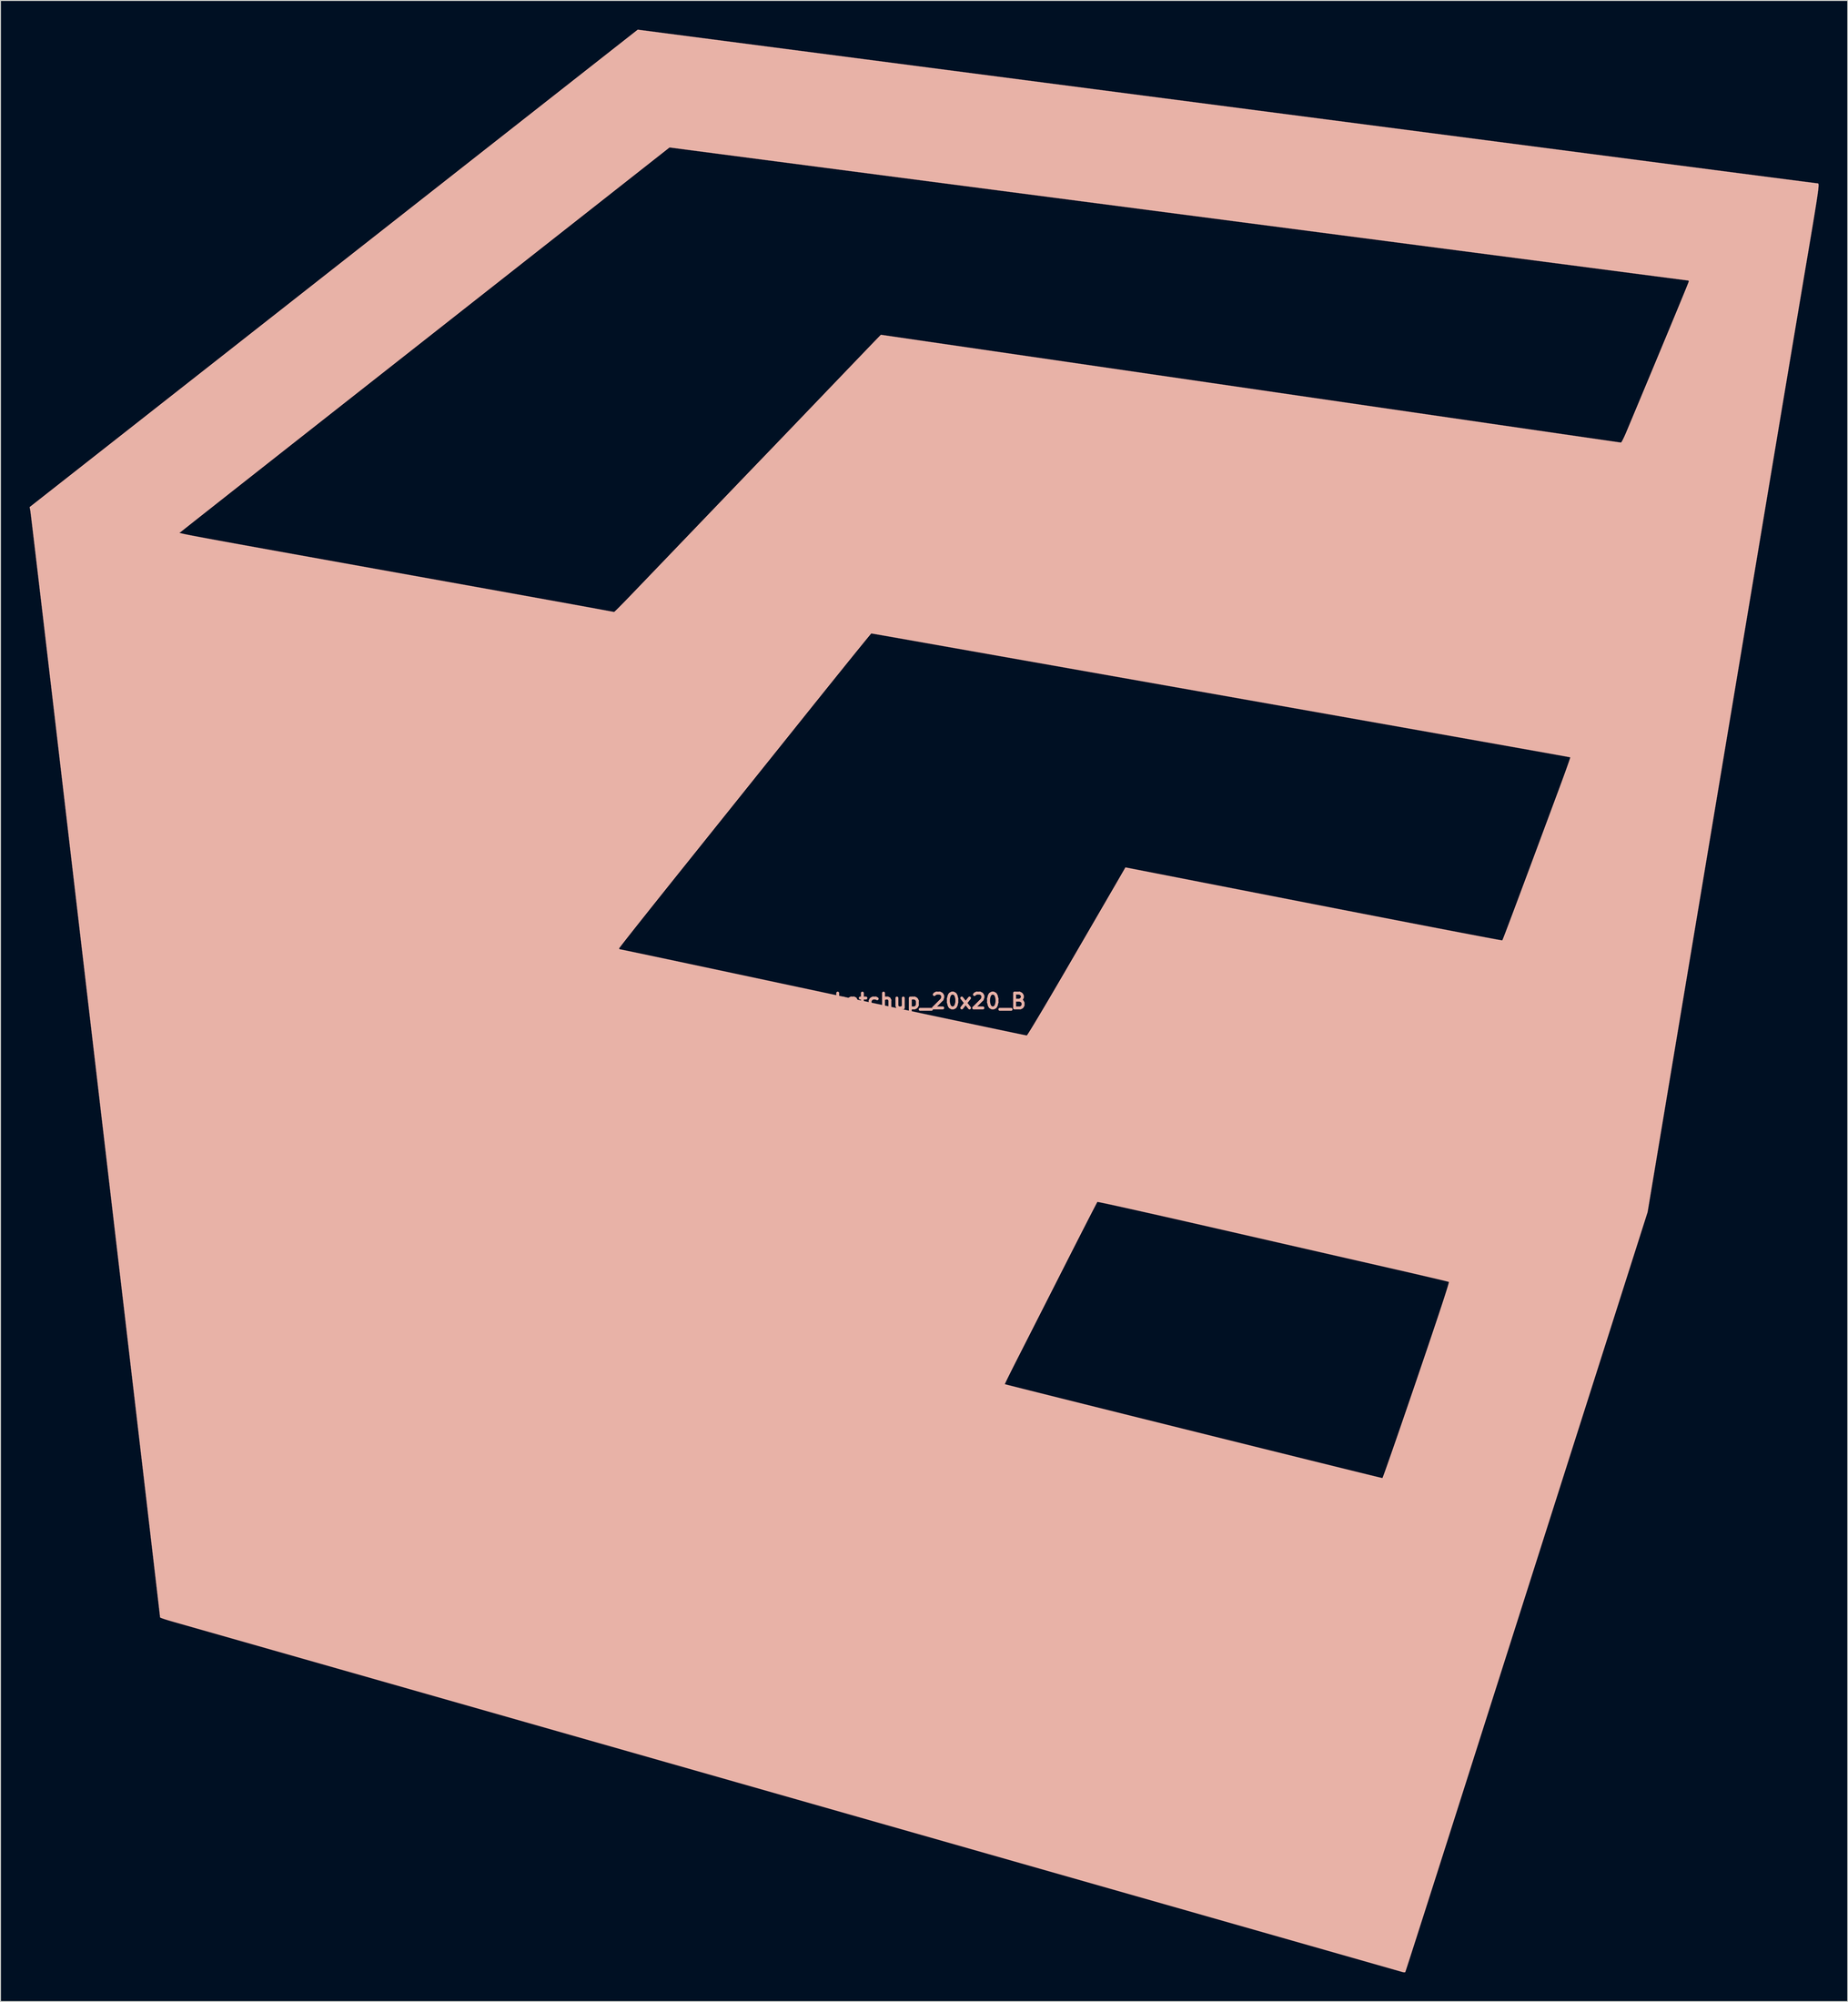
<source format=kicad_pcb>
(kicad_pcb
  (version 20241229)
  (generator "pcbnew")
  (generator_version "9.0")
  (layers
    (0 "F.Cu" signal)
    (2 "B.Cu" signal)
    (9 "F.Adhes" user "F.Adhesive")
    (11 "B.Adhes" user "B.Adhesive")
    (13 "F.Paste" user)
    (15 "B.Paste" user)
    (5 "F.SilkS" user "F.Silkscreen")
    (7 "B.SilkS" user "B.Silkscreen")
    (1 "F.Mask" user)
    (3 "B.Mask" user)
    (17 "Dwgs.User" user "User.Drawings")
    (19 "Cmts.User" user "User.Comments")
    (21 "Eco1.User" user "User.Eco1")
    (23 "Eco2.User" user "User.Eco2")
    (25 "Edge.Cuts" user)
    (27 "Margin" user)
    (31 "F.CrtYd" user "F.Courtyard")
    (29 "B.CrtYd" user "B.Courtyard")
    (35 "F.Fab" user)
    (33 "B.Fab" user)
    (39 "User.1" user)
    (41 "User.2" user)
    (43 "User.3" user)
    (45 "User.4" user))
  (footprint "sketchup_20x20_B"
    (layer "F.Cu")
    (at 92.091 99.983)
    (property "Reference" "sketchup_20x20_B" (at 0 0 0) (layer "B.SilkS") (effects (font (size 1.524 1.524) (thickness 0.3))))
    (attr through_hole)
    (fp_poly (pts (xy -26.91 -99.644) (xy -26.613 -99.605) (xy -26.156 -99.546) (xy -25.546 -99.466) (xy -24.79 -99.368) (xy -23.896 -99.251) (xy -22.872 -99.118) (xy -21.724 -98.968) (xy -20.46 -98.803) (xy -19.088 -98.625) (xy -17.615 -98.433) (xy -16.049 -98.229) (xy -14.396 -98.013) (xy -12.665 -97.788) (xy -10.862 -97.553) (xy -8.996 -97.31) (xy -7.074 -97.059) (xy -5.102 -96.802) (xy -3.09 -96.54) (xy -1.043 -96.273) (xy 0.635 -96.054) (xy 2.893 -95.76) (xy 5.219 -95.457) (xy 7.599 -95.147) (xy 10.02 -94.832) (xy 12.468 -94.512) (xy 14.931 -94.192) (xy 17.394 -93.871) (xy 19.845 -93.551) (xy 22.27 -93.235) (xy 24.654 -92.925) (xy 26.986 -92.621) (xy 29.252 -92.326) (xy 31.438 -92.041) (xy 33.53 -91.768) (xy 35.516 -91.509) (xy 37.382 -91.266) (xy 39.115 -91.041) (xy 40.7 -90.834) (xy 41.529 -90.726) (xy 43.379 -90.485) (xy 45.375 -90.225) (xy 47.496 -89.949) (xy 49.722 -89.659) (xy 52.03 -89.358) (xy 54.4 -89.049) (xy 56.81 -88.735) (xy 59.239 -88.419) (xy 61.666 -88.102) (xy 64.069 -87.789) (xy 66.427 -87.482) (xy 68.719 -87.183) (xy 70.923 -86.896) (xy 73.018 -86.623) (xy 74.689 -86.405) (xy 76.379 -86.185) (xy 78.025 -85.971) (xy 79.619 -85.764) (xy 81.152 -85.564) (xy 82.618 -85.374) (xy 84.008 -85.193) (xy 85.314 -85.024) (xy 86.528 -84.866) (xy 87.642 -84.722) (xy 88.65 -84.592) (xy 89.541 -84.477) (xy 90.309 -84.377) (xy 90.947 -84.296) (xy 91.445 -84.232) (xy 91.795 -84.187) (xy 91.991 -84.163) (xy 92.032 -84.159) (xy 92.063 -84.147) (xy 92.085 -84.105) (xy 92.097 -84.022) (xy 92.096 -83.89) (xy 92.083 -83.699) (xy 92.055 -83.438) (xy 92.01 -83.098) (xy 91.948 -82.669) (xy 91.868 -82.142) (xy 91.766 -81.506) (xy 91.644 -80.752) (xy 91.498 -79.87) (xy 91.327 -78.851) (xy 91.131 -77.684) (xy 90.908 -76.369) (xy 90.76 -75.496) (xy 90.587 -74.471) (xy 90.392 -73.309) (xy 90.176 -72.026) (xy 89.942 -70.637) (xy 89.693 -69.158) (xy 89.432 -67.603) (xy 89.161 -65.988) (xy 88.883 -64.328) (xy 88.6 -62.639) (xy 88.314 -60.936) (xy 88.029 -59.233) (xy 87.747 -57.547) (xy 87.47 -55.893) (xy 87.418 -55.584) (xy 86.808 -51.933) (xy 86.225 -48.444) (xy 85.668 -45.113) (xy 85.136 -41.933) (xy 84.629 -38.9) (xy 84.146 -36.009) (xy 83.685 -33.255) (xy 83.247 -30.632) (xy 82.829 -28.136) (xy 82.432 -25.762) (xy 82.055 -23.504) (xy 81.696 -21.358) (xy 81.354 -19.319) (xy 81.03 -17.38) (xy 80.722 -15.539) (xy 80.429 -13.789) (xy 80.151 -12.125) (xy 79.886 -10.542) (xy 79.634 -9.036) (xy 79.394 -7.601) (xy 79.206 -6.477) (xy 78.957 -4.99) (xy 78.685 -3.366) (xy 78.396 -1.636) (xy 78.094 0.17) (xy 77.784 2.022) (xy 77.472 3.89) (xy 77.162 5.742) (xy 76.86 7.549) (xy 76.57 9.281) (xy 76.299 10.907) (xy 76.071 12.268) (xy 74.495 21.7) (xy 68.232 41.351) (xy 67.563 43.451) (xy 66.849 45.69) (xy 66.098 48.047) (xy 65.316 50.503) (xy 64.508 53.037) (xy 63.682 55.63) (xy 62.843 58.262) (xy 61.999 60.912) (xy 61.155 63.562) (xy 60.318 66.19) (xy 59.494 68.777) (xy 58.689 71.303) (xy 57.91 73.747) (xy 57.164 76.091) (xy 56.456 78.314) (xy 55.793 80.395) (xy 55.781 80.433) (xy 55.22 82.193) (xy 54.673 83.91) (xy 54.141 85.578) (xy 53.627 87.19) (xy 53.133 88.738) (xy 52.661 90.216) (xy 52.213 91.616) (xy 51.792 92.932) (xy 51.4 94.157) (xy 51.039 95.283) (xy 50.712 96.304) (xy 50.42 97.213) (xy 50.166 98.003) (xy 49.952 98.666) (xy 49.78 99.196) (xy 49.653 99.585) (xy 49.572 99.828) (xy 49.541 99.916) (xy 49.541 99.917) (xy 49.429 99.934) (xy 49.276 99.906) (xy 49.18 99.879) (xy 48.923 99.805) (xy 48.507 99.687) (xy 47.935 99.524) (xy 47.208 99.316) (xy 46.328 99.066) (xy 45.297 98.772) (xy 44.117 98.436) (xy 42.791 98.058) (xy 41.32 97.639) (xy 39.706 97.179) (xy 37.952 96.68) (xy 36.059 96.14) (xy 34.029 95.562) (xy 31.865 94.946) (xy 29.568 94.292) (xy 27.141 93.6) (xy 24.585 92.872) (xy 21.902 92.108) (xy 19.095 91.309) (xy 16.166 90.474) (xy 13.116 89.606) (xy 9.947 88.703) (xy 6.662 87.768) (xy 3.262 86.799) (xy -0.25 85.799) (xy -3.872 84.768) (xy -7.603 83.705) (xy -11.44 82.612) (xy -15.381 81.49) (xy -19.425 80.338) (xy -23.569 79.158) (xy -27.812 77.95) (xy -32.151 76.714) (xy -36.584 75.452) (xy -41.109 74.163) (xy -45.725 72.848) (xy -50.429 71.509) (xy -52.874 70.812) (xy -54.817 70.259) (xy -56.727 69.715) (xy -58.595 69.183) (xy -60.416 68.665) (xy -62.182 68.162) (xy -63.886 67.677) (xy -65.521 67.212) (xy -67.08 66.768) (xy -68.556 66.348) (xy -69.942 65.953) (xy -71.232 65.586) (xy -72.417 65.249) (xy -73.492 64.943) (xy -74.449 64.671) (xy -75.281 64.434) (xy -75.98 64.235) (xy -76.541 64.076) (xy -76.956 63.958) (xy -77.218 63.884) (xy -77.279 63.866) (xy -77.733 63.735) (xy -78.124 63.614) (xy -78.425 63.512) (xy -78.609 63.439) (xy -78.655 63.408) (xy -78.665 63.319) (xy -78.694 63.069) (xy -78.741 62.663) (xy -78.805 62.107) (xy -78.887 61.408) (xy -78.984 60.571) (xy -79.097 59.604) (xy -79.225 58.512) (xy -79.366 57.301) (xy -79.521 55.979) (xy -79.688 54.55) (xy -79.867 53.021) (xy -80.056 51.398) (xy -80.257 49.688) (xy -80.466 47.897) (xy -80.685 46.031) (xy -80.911 44.096) (xy -81.145 42.098) (xy -81.386 40.044) (xy -81.461 39.409) (xy 8.312 39.409) (xy 8.398 39.433) (xy 8.639 39.496) (xy 9.027 39.595) (xy 9.554 39.728) (xy 10.209 39.893) (xy 10.985 40.088) (xy 11.873 40.311) (xy 12.865 40.559) (xy 13.95 40.831) (xy 15.121 41.123) (xy 16.37 41.435) (xy 17.686 41.763) (xy 19.062 42.106) (xy 20.488 42.462) (xy 21.956 42.828) (xy 23.458 43.201) (xy 24.983 43.581) (xy 26.525 43.964) (xy 28.073 44.349) (xy 29.62 44.734) (xy 31.156 45.115) (xy 32.673 45.492) (xy 34.162 45.862) (xy 35.614 46.222) (xy 37.021 46.57) (xy 38.373 46.906) (xy 39.662 47.225) (xy 40.879 47.526) (xy 42.016 47.807) (xy 43.064 48.066) (xy 44.014 48.3) (xy 44.857 48.508) (xy 45.584 48.686) (xy 46.188 48.834) (xy 46.658 48.949) (xy 46.987 49.028) (xy 47.165 49.069) (xy 47.196 49.075) (xy 47.232 48.994) (xy 47.32 48.762) (xy 47.456 48.389) (xy 47.636 47.884) (xy 47.856 47.258) (xy 48.115 46.519) (xy 48.408 45.677) (xy 48.732 44.743) (xy 49.084 43.725) (xy 49.459 42.633) (xy 49.856 41.477) (xy 50.271 40.266) (xy 50.7 39.01) (xy 50.704 38.998) (xy 51.282 37.3) (xy 51.805 35.76) (xy 52.272 34.378) (xy 52.683 33.153) (xy 53.04 32.085) (xy 53.342 31.172) (xy 53.589 30.413) (xy 53.782 29.807) (xy 53.922 29.354) (xy 54.008 29.053) (xy 54.041 28.903) (xy 54.038 28.884) (xy 53.942 28.856) (xy 53.694 28.794) (xy 53.307 28.7) (xy 52.795 28.579) (xy 52.17 28.432) (xy 51.445 28.263) (xy 50.635 28.074) (xy 49.751 27.87) (xy 48.807 27.654) (xy 47.863 27.438) (xy 47.021 27.245) (xy 46.031 27.019) (xy 44.908 26.763) (xy 43.67 26.48) (xy 42.334 26.175) (xy 40.915 25.851) (xy 39.432 25.512) (xy 37.899 25.161) (xy 36.334 24.804) (xy 34.753 24.442) (xy 33.174 24.081) (xy 31.612 23.724) (xy 30.084 23.375) (xy 29.845 23.32) (xy 28.454 23.003) (xy 27.109 22.697) (xy 25.817 22.404) (xy 24.589 22.126) (xy 23.435 21.866) (xy 22.362 21.626) (xy 21.38 21.407) (xy 20.499 21.211) (xy 19.728 21.041) (xy 19.077 20.899) (xy 18.553 20.787) (xy 18.167 20.706) (xy 17.928 20.66) (xy 17.845 20.649) (xy 17.798 20.732) (xy 17.68 20.954) (xy 17.497 21.306) (xy 17.255 21.775) (xy 16.958 22.351) (xy 16.614 23.022) (xy 16.227 23.778) (xy 15.804 24.607) (xy 15.349 25.499) (xy 14.869 26.442) (xy 14.515 27.139) (xy 13.977 28.198) (xy 13.428 29.278) (xy 12.879 30.358) (xy 12.338 31.422) (xy 11.816 32.449) (xy 11.321 33.422) (xy 10.864 34.322) (xy 10.453 35.129) (xy 10.098 35.827) (xy 9.809 36.395) (xy 9.766 36.478) (xy 9.438 37.124) (xy 9.136 37.722) (xy 8.869 38.255) (xy 8.645 38.705) (xy 8.473 39.058) (xy 8.359 39.297) (xy 8.313 39.404) (xy 8.312 39.409) (xy -81.461 39.409) (xy -81.633 37.94) (xy -81.885 35.791) (xy -81.919 35.5) (xy -82.21 33.012) (xy -82.52 30.373) (xy -82.845 27.599) (xy -83.184 24.71) (xy -83.534 21.72) (xy -83.894 18.648) (xy -84.261 15.511) (xy -84.635 12.325) (xy -85.012 9.108) (xy -85.39 5.878) (xy -85.768 2.65) (xy -86.144 -0.557) (xy -86.515 -3.727) (xy -86.714 -5.423) (xy -31.411 -5.423) (xy -31.341 -5.346) (xy -31.263 -5.331) (xy -31.168 -5.314) (xy -30.915 -5.262) (xy -30.51 -5.178) (xy -29.961 -5.063) (xy -29.274 -4.919) (xy -28.457 -4.747) (xy -27.517 -4.548) (xy -26.461 -4.325) (xy -25.295 -4.078) (xy -24.028 -3.809) (xy -22.665 -3.52) (xy -21.215 -3.212) (xy -19.684 -2.886) (xy -18.079 -2.545) (xy -16.407 -2.189) (xy -14.676 -1.82) (xy -12.892 -1.44) (xy -11.063 -1.05) (xy -10.329 -0.893) (xy -8.484 -0.499) (xy -6.682 -0.115) (xy -4.93 0.258) (xy -3.235 0.619) (xy -1.604 0.965) (xy -0.044 1.297) (xy 1.438 1.611) (xy 2.835 1.907) (xy 4.139 2.183) (xy 5.344 2.438) (xy 6.442 2.669) (xy 7.427 2.877) (xy 8.292 3.058) (xy 9.029 3.213) (xy 9.632 3.338) (xy 10.093 3.433) (xy 10.405 3.496) (xy 10.561 3.526) (xy 10.579 3.528) (xy 10.638 3.454) (xy 10.775 3.244) (xy 10.986 2.907) (xy 11.263 2.453) (xy 11.601 1.893) (xy 11.994 1.235) (xy 12.436 0.492) (xy 12.921 -0.329) (xy 13.442 -1.216) (xy 13.995 -2.16) (xy 14.573 -3.15) (xy 14.834 -3.599) (xy 15.442 -4.646) (xy 16.042 -5.679) (xy 16.627 -6.685) (xy 17.188 -7.651) (xy 17.718 -8.564) (xy 18.21 -9.411) (xy 18.655 -10.178) (xy 19.047 -10.854) (xy 19.378 -11.424) (xy 19.641 -11.876) (xy 19.827 -12.198) (xy 19.851 -12.239) (xy 20.736 -13.769) (xy 40.107 -9.988) (xy 41.89 -9.641) (xy 43.629 -9.302) (xy 45.317 -8.974) (xy 46.947 -8.658) (xy 48.51 -8.355) (xy 50.001 -8.066) (xy 51.412 -7.794) (xy 52.735 -7.539) (xy 53.962 -7.303) (xy 55.088 -7.088) (xy 56.104 -6.894) (xy 57.003 -6.723) (xy 57.778 -6.576) (xy 58.421 -6.456) (xy 58.926 -6.362) (xy 59.284 -6.298) (xy 59.489 -6.263) (xy 59.537 -6.258) (xy 59.563 -6.312) (xy 59.624 -6.46) (xy 59.721 -6.706) (xy 59.856 -7.055) (xy 60.029 -7.511) (xy 60.244 -8.078) (xy 60.501 -8.759) (xy 60.802 -9.56) (xy 61.148 -10.485) (xy 61.541 -11.537) (xy 61.983 -12.721) (xy 62.476 -14.041) (xy 63.02 -15.501) (xy 63.617 -17.105) (xy 64.269 -18.858) (xy 64.977 -20.763) (xy 65.34 -21.739) (xy 65.603 -22.449) (xy 65.845 -23.109) (xy 66.06 -23.702) (xy 66.242 -24.212) (xy 66.386 -24.622) (xy 66.485 -24.915) (xy 66.534 -25.075) (xy 66.538 -25.1) (xy 66.452 -25.117) (xy 66.206 -25.163) (xy 65.804 -25.236) (xy 65.252 -25.336) (xy 64.556 -25.461) (xy 63.721 -25.611) (xy 62.752 -25.784) (xy 61.656 -25.979) (xy 60.437 -26.196) (xy 59.102 -26.434) (xy 57.656 -26.691) (xy 56.105 -26.967) (xy 54.453 -27.26) (xy 52.708 -27.57) (xy 50.873 -27.896) (xy 48.956 -28.236) (xy 46.961 -28.589) (xy 44.894 -28.956) (xy 42.761 -29.333) (xy 40.567 -29.722) (xy 38.317 -30.12) (xy 36.018 -30.527) (xy 33.675 -30.941) (xy 32.975 -31.065) (xy 30.595 -31.486) (xy 28.247 -31.901) (xy 25.937 -32.309) (xy 23.67 -32.71) (xy 21.453 -33.102) (xy 19.293 -33.484) (xy 17.194 -33.855) (xy 15.164 -34.214) (xy 13.208 -34.56) (xy 11.333 -34.891) (xy 9.544 -35.207) (xy 7.848 -35.507) (xy 6.251 -35.79) (xy 4.759 -36.054) (xy 3.378 -36.298) (xy 2.114 -36.521) (xy 0.973 -36.723) (xy -0.038 -36.902) (xy -0.914 -37.057) (xy -1.649 -37.187) (xy -2.235 -37.291) (xy -2.668 -37.367) (xy -2.941 -37.415) (xy -2.961 -37.419) (xy -3.579 -37.528) (xy -4.143 -37.627) (xy -4.631 -37.712) (xy -5.022 -37.779) (xy -5.294 -37.825) (xy -5.425 -37.845) (xy -5.433 -37.846) (xy -5.493 -37.781) (xy -5.652 -37.592) (xy -5.904 -37.286) (xy -6.243 -36.871) (xy -6.663 -36.355) (xy -7.157 -35.746) (xy -7.719 -35.052) (xy -8.342 -34.279) (xy -9.021 -33.437) (xy -9.749 -32.533) (xy -10.519 -31.575) (xy -11.327 -30.57) (xy -12.164 -29.526) (xy -12.332 -29.316) (xy -13.328 -28.073) (xy -14.397 -26.739) (xy -15.522 -25.335) (xy -16.687 -23.883) (xy -17.874 -22.401) (xy -19.068 -20.911) (xy -20.252 -19.434) (xy -21.41 -17.99) (xy -22.524 -16.599) (xy -23.579 -15.283) (xy -24.558 -14.061) (xy -25.29 -13.149) (xy -26.086 -12.154) (xy -26.852 -11.196) (xy -27.582 -10.283) (xy -28.268 -9.422) (xy -28.903 -8.623) (xy -29.483 -7.894) (xy -29.999 -7.242) (xy -30.445 -6.676) (xy -30.815 -6.205) (xy -31.101 -5.837) (xy -31.298 -5.581) (xy -31.399 -5.444) (xy -31.411 -5.423) (xy -86.714 -5.423) (xy -86.88 -6.842) (xy -87.237 -9.886) (xy -87.583 -12.84) (xy -87.916 -15.689) (xy -88.235 -18.415) (xy -88.538 -21) (xy -88.563 -21.209) (xy -88.82 -23.406) (xy -89.073 -25.562) (xy -89.32 -27.671) (xy -89.561 -29.725) (xy -89.795 -31.72) (xy -90.022 -33.648) (xy -90.24 -35.504) (xy -90.449 -37.282) (xy -90.648 -38.975) (xy -90.837 -40.577) (xy -91.015 -42.082) (xy -91.18 -43.483) (xy -91.333 -44.775) (xy -91.472 -45.952) (xy -91.597 -47.006) (xy -91.708 -47.933) (xy -91.741 -48.215) (xy -76.674 -48.215) (xy -76.659 -48.203) (xy -76.621 -48.187) (xy -76.556 -48.166) (xy -76.457 -48.141) (xy -76.32 -48.109) (xy -76.141 -48.07) (xy -75.914 -48.023) (xy -75.634 -47.968) (xy -75.296 -47.902) (xy -74.896 -47.826) (xy -74.428 -47.738) (xy -73.887 -47.637) (xy -73.269 -47.523) (xy -72.568 -47.394) (xy -71.78 -47.25) (xy -70.899 -47.09) (xy -69.921 -46.913) (xy -68.84 -46.717) (xy -67.652 -46.503) (xy -66.352 -46.268) (xy -64.934 -46.013) (xy -63.394 -45.736) (xy -61.726 -45.436) (xy -59.927 -45.112) (xy -57.99 -44.764) (xy -55.911 -44.39) (xy -53.685 -43.99) (xy -51.307 -43.563) (xy -48.772 -43.107) (xy -46.27 -42.658) (xy -44.974 -42.425) (xy -43.686 -42.193) (xy -42.42 -41.965) (xy -41.19 -41.743) (xy -40.011 -41.53) (xy -38.898 -41.329) (xy -37.865 -41.142) (xy -36.927 -40.973) (xy -36.098 -40.822) (xy -35.392 -40.694) (xy -34.824 -40.59) (xy -34.417 -40.516) (xy -33.794 -40.401) (xy -33.225 -40.296) (xy -32.733 -40.205) (xy -32.337 -40.133) (xy -32.059 -40.082) (xy -31.921 -40.057) (xy -31.91 -40.055) (xy -31.84 -40.112) (xy -31.669 -40.276) (xy -31.41 -40.532) (xy -31.08 -40.866) (xy -30.692 -41.263) (xy -30.262 -41.706) (xy -30.127 -41.846) (xy -29.803 -42.184) (xy -29.374 -42.631) (xy -28.851 -43.174) (xy -28.249 -43.802) (xy -27.577 -44.501) (xy -26.85 -45.258) (xy -26.079 -46.061) (xy -25.276 -46.898) (xy -24.453 -47.755) (xy -23.623 -48.619) (xy -23.074 -49.191) (xy -22.267 -50.032) (xy -21.474 -50.858) (xy -20.705 -51.658) (xy -19.972 -52.422) (xy -19.284 -53.138) (xy -18.653 -53.795) (xy -18.088 -54.382) (xy -17.6 -54.89) (xy -17.199 -55.306) (xy -16.897 -55.62) (xy -16.727 -55.795) (xy -16.51 -56.021) (xy -16.186 -56.357) (xy -15.767 -56.792) (xy -15.264 -57.316) (xy -14.687 -57.916) (xy -14.047 -58.582) (xy -13.356 -59.302) (xy -12.624 -60.065) (xy -11.862 -60.859) (xy -11.082 -61.673) (xy -10.669 -62.103) (xy -9.895 -62.91) (xy -9.144 -63.693) (xy -8.425 -64.443) (xy -7.748 -65.148) (xy -7.123 -65.799) (xy -6.56 -66.386) (xy -6.068 -66.898) (xy -5.658 -67.325) (xy -5.339 -67.657) (xy -5.121 -67.883) (xy -5.04 -67.966) (xy -4.445 -68.58) (xy 33.608 -63.035) (xy 36.125 -62.668) (xy 38.6 -62.307) (xy 41.028 -61.953) (xy 43.403 -61.608) (xy 45.72 -61.27) (xy 47.973 -60.942) (xy 50.158 -60.624) (xy 52.27 -60.317) (xy 54.302 -60.021) (xy 56.25 -59.738) (xy 58.108 -59.467) (xy 59.872 -59.211) (xy 61.535 -58.969) (xy 63.092 -58.743) (xy 64.539 -58.533) (xy 65.87 -58.339) (xy 67.08 -58.164) (xy 68.163 -58.007) (xy 69.114 -57.869) (xy 69.928 -57.751) (xy 70.599 -57.654) (xy 71.123 -57.579) (xy 71.493 -57.526) (xy 71.706 -57.496) (xy 71.758 -57.489) (xy 71.824 -57.563) (xy 71.938 -57.766) (xy 72.086 -58.071) (xy 72.256 -58.449) (xy 72.324 -58.611) (xy 73.064 -60.38) (xy 73.769 -62.065) (xy 74.436 -63.662) (xy 75.063 -65.165) (xy 75.648 -66.57) (xy 76.189 -67.87) (xy 76.685 -69.062) (xy 77.132 -70.139) (xy 77.529 -71.097) (xy 77.873 -71.931) (xy 78.164 -72.636) (xy 78.397 -73.206) (xy 78.572 -73.637) (xy 78.686 -73.924) (xy 78.737 -74.061) (xy 78.74 -74.072) (xy 78.703 -74.163) (xy 78.687 -74.168) (xy 78.595 -74.179) (xy 78.351 -74.209) (xy 77.969 -74.258) (xy 77.464 -74.323) (xy 76.851 -74.403) (xy 76.146 -74.494) (xy 75.362 -74.596) (xy 74.516 -74.707) (xy 73.797 -74.801) (xy 73.46 -74.845) (xy 73.091 -74.893) (xy 72.685 -74.946) (xy 72.239 -75.005) (xy 71.75 -75.069) (xy 71.215 -75.139) (xy 70.629 -75.215) (xy 69.99 -75.299) (xy 69.294 -75.39) (xy 68.537 -75.488) (xy 67.717 -75.596) (xy 66.829 -75.712) (xy 65.871 -75.837) (xy 64.839 -75.971) (xy 63.73 -76.116) (xy 62.539 -76.272) (xy 61.264 -76.438) (xy 59.901 -76.616) (xy 58.447 -76.806) (xy 56.899 -77.008) (xy 55.252 -77.223) (xy 53.504 -77.451) (xy 51.651 -77.693) (xy 49.69 -77.949) (xy 47.616 -78.22) (xy 45.428 -78.506) (xy 43.121 -78.807) (xy 40.692 -79.124) (xy 38.137 -79.458) (xy 35.454 -79.808) (xy 32.638 -80.175) (xy 29.686 -80.561) (xy 26.595 -80.964) (xy 23.362 -81.386) (xy 19.982 -81.828) (xy 16.453 -82.288) (xy 12.771 -82.769) (xy 8.932 -83.27) (xy 4.934 -83.792) (xy 0.773 -84.335) (xy -0.804 -84.541) (xy -2.531 -84.766) (xy -4.255 -84.991) (xy -5.965 -85.215) (xy -7.65 -85.435) (xy -9.298 -85.65) (xy -10.899 -85.859) (xy -12.442 -86.061) (xy -13.915 -86.253) (xy -15.307 -86.435) (xy -16.607 -86.605) (xy -17.804 -86.761) (xy -18.886 -86.903) (xy -19.843 -87.028) (xy -20.664 -87.135) (xy -21.336 -87.223) (xy -21.759 -87.278) (xy -26.204 -87.861) (xy -35.856 -80.276) (xy -36.89 -79.464) (xy -38.046 -78.556) (xy -39.311 -77.562) (xy -40.673 -76.492) (xy -42.121 -75.354) (xy -43.642 -74.159) (xy -45.226 -72.915) (xy -46.859 -71.632) (xy -48.53 -70.319) (xy -50.227 -68.985) (xy -51.939 -67.64) (xy -53.653 -66.294) (xy -55.357 -64.955) (xy -57.04 -63.633) (xy -58.689 -62.337) (xy -60.293 -61.077) (xy -60.96 -60.553) (xy -62.387 -59.432) (xy -63.779 -58.338) (xy -65.132 -57.275) (xy -66.438 -56.248) (xy -67.692 -55.262) (xy -68.888 -54.321) (xy -70.02 -53.431) (xy -71.082 -52.595) (xy -72.069 -51.818) (xy -72.973 -51.106) (xy -73.79 -50.462) (xy -74.514 -49.892) (xy -75.138 -49.4) (xy -75.656 -48.99) (xy -76.063 -48.668) (xy -76.353 -48.438) (xy -76.52 -48.305) (xy -76.56 -48.272) (xy -76.578 -48.26) (xy -76.604 -48.251) (xy -76.631 -48.242) (xy -76.655 -48.234) (xy -76.671 -48.226) (xy -76.674 -48.215) (xy -91.741 -48.215) (xy -91.802 -48.726) (xy -91.88 -49.378) (xy -91.941 -49.883) (xy -91.985 -50.236) (xy -92.009 -50.43) (xy -92.015 -50.465) (xy -92.086 -50.85) (xy -90.303 -52.249) (xy -90.099 -52.409) (xy -89.767 -52.669) (xy -89.313 -53.025) (xy -88.742 -53.474) (xy -88.059 -54.01) (xy -87.269 -54.629) (xy -86.378 -55.329) (xy -85.391 -56.103) (xy -84.313 -56.949) (xy -83.15 -57.861) (xy -81.908 -58.836) (xy -80.59 -59.87) (xy -79.204 -60.958) (xy -77.753 -62.097) (xy -76.244 -63.281) (xy -74.681 -64.507) (xy -73.07 -65.771) (xy -71.417 -67.068) (xy -69.727 -68.395) (xy -68.004 -69.747) (xy -66.255 -71.119) (xy -65.659 -71.587) (xy -63.843 -73.012) (xy -62.025 -74.439) (xy -60.21 -75.863) (xy -58.406 -77.279) (xy -56.619 -78.68) (xy -54.857 -80.063) (xy -53.127 -81.421) (xy -51.435 -82.749) (xy -49.787 -84.041) (xy -48.192 -85.293) (xy -46.656 -86.499) (xy -45.186 -87.653) (xy -43.788 -88.749) (xy -42.469 -89.784) (xy -41.237 -90.751) (xy -40.098 -91.644) (xy -39.06 -92.459) (xy -38.128 -93.19) (xy -37.31 -93.832) (xy -36.613 -94.379) (xy -36.138 -94.752) (xy -29.478 -99.978) (xy -26.91 -99.644)) (stroke (width 0.01) (type solid)) (fill yes) (layer "B.SilkS")))
  (gr_rect
    (start -3 -3)
    (end 187.193 202.923)
    (stroke (width 0.1) (type default))
    (fill no)
    (layer "Edge.Cuts")))
</source>
